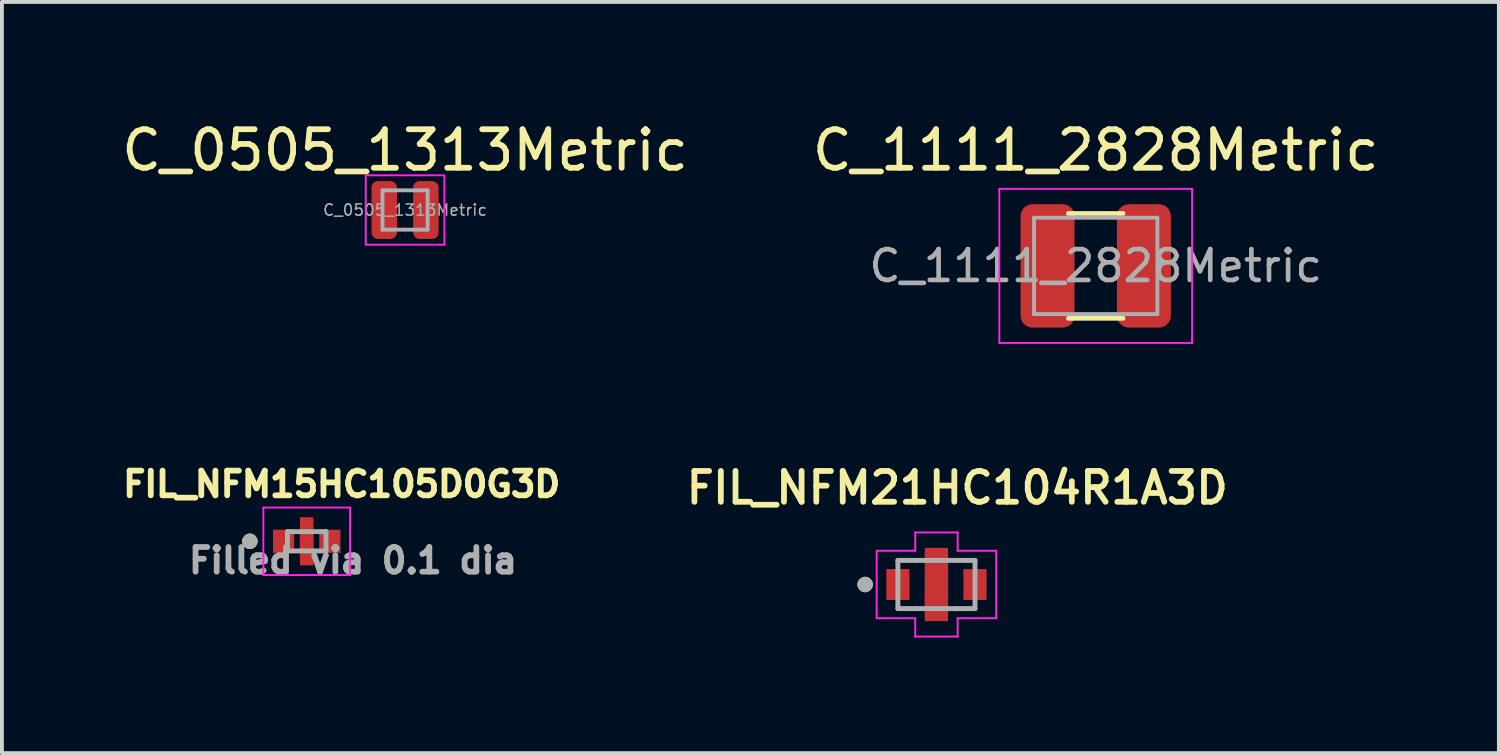
<source format=kicad_pcb>
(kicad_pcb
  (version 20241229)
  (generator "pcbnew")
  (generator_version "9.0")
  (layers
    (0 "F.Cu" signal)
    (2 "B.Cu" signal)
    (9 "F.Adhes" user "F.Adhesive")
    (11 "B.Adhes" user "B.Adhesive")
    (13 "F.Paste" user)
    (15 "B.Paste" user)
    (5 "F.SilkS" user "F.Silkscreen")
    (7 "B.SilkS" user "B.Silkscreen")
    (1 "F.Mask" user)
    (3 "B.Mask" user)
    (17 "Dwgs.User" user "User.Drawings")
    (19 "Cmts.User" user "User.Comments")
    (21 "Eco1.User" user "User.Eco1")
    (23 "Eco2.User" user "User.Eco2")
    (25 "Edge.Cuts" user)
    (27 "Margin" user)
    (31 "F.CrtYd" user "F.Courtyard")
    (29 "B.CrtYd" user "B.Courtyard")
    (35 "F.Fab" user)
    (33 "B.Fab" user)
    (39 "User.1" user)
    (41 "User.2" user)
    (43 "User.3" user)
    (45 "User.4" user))
  (footprint "C_0505_1313Metric"
    (layer "F.Cu")
    (at 7.458 2.398)
    (property "Reference" "C_0505_1313Metric" (at 0 -1.55 0) (layer "F.SilkS") (effects (font (size 1 1) (thickness 0.15))))
    (attr smd)
    (fp_line (start -1.02 0.9) (end -1.02 -0.9) (stroke (width 0.05) (type solid)) (layer "F.CrtYd"))
    (fp_line (start -1 -0.9) (end 1 -0.9) (stroke (width 0.05) (type solid)) (layer "F.CrtYd"))
    (fp_line (start 1.02 -0.9) (end 1.02 0.9) (stroke (width 0.05) (type solid)) (layer "F.CrtYd"))
    (fp_line (start 1.02 0.9) (end -1.02 0.9) (stroke (width 0.05) (type solid)) (layer "F.CrtYd"))
    (fp_line (start -0.585 -0.51) (end 0.585 -0.51) (stroke (width 0.1) (type solid)) (layer "F.Fab"))
    (fp_line (start -0.585 0.51) (end -0.585 -0.51) (stroke (width 0.1) (type solid)) (layer "F.Fab"))
    (fp_line (start 0.585 -0.51) (end 0.585 0.51) (stroke (width 0.1) (type solid)) (layer "F.Fab"))
    (fp_line (start 0.585 0.51) (end -0.585 0.51) (stroke (width 0.1) (type solid)) (layer "F.Fab"))
    (fp_text user "${REFERENCE}" (at 0 0 0) (layer "F.Fab") (effects (font (size 0.29 0.29) (thickness 0.04))))
    (pad "1" smd roundrect (at -0.54 0) (size 0.66 1.5) (layers "F.Cu" "F.Mask" "F.Paste") (roundrect_rratio 0.25))
    (pad "2" smd roundrect (at 0.54 0) (size 0.66 1.5) (layers "F.Cu" "F.Mask" "F.Paste") (roundrect_rratio 0.25)))
  (footprint "FIL_NFM15HC105D0G3D"
    (layer "F.Cu")
    (at 4.907 10.992)
    (property "Reference" "FIL_NFM15HC105D0G3D" (at 0.907 -1.481 0) (layer "F.SilkS") (effects (font (size 0.64 0.64) (thickness 0.15))))
    (attr through_hole)
    (fp_poly (pts (xy -0.875 -0.3) (xy -0.325 -0.3) (xy -0.325 0.3) (xy -0.875 0.3)) (stroke (width 0.01) (type solid)) (fill yes) (layer "F.Mask"))
    (fp_poly (pts (xy -0.175 -0.625) (xy 0.175 -0.625) (xy 0.175 -0.15) (xy -0.175 -0.15)) (stroke (width 0.01) (type solid)) (fill yes) (layer "F.Mask"))
    (fp_poly (pts (xy -0.175 0.15) (xy 0.175 0.15) (xy 0.175 0.625) (xy -0.175 0.625)) (stroke (width 0.01) (type solid)) (fill yes) (layer "F.Mask"))
    (fp_poly (pts (xy 0.325 -0.3) (xy 0.875 -0.3) (xy 0.875 0.3) (xy 0.325 0.3)) (stroke (width 0.01) (type solid)) (fill yes) (layer "F.Mask"))
    (fp_circle (center -1.475 0) (end -1.375 0) (stroke (width 0.2) (type solid)) (fill no) (layer "F.SilkS"))
    (fp_line (start -1.125 -0.875) (end -1.125 0.875) (stroke (width 0.05) (type solid)) (layer "F.CrtYd"))
    (fp_line (start -1.125 0.875) (end 1.125 0.875) (stroke (width 0.05) (type solid)) (layer "F.CrtYd"))
    (fp_line (start 1.125 -0.875) (end -1.125 -0.875) (stroke (width 0.05) (type solid)) (layer "F.CrtYd"))
    (fp_line (start 1.125 0.875) (end 1.125 -0.875) (stroke (width 0.05) (type solid)) (layer "F.CrtYd"))
    (fp_line (start -0.5 -0.25) (end -0.5 0.25) (stroke (width 0.127) (type solid)) (layer "F.Fab"))
    (fp_line (start -0.5 0.25) (end 0.5 0.25) (stroke (width 0.127) (type solid)) (layer "F.Fab"))
    (fp_line (start 0.5 -0.25) (end -0.5 -0.25) (stroke (width 0.127) (type solid)) (layer "F.Fab"))
    (fp_line (start 0.5 0.25) (end 0.5 -0.25) (stroke (width 0.127) (type solid)) (layer "F.Fab"))
    (fp_circle (center -1.475 0) (end -1.375 0) (stroke (width 0.2) (type solid)) (fill no) (layer "F.Fab"))
    (fp_text user "Filled via 0.1 dia" (at 1.2 0.5 0) (layer "F.Fab") (effects (font (size 0.64 0.64) (thickness 0.15))))
    (pad "1" smd rect (at -0.6 0) (size 0.55 0.6) (layers "F.Cu" "F.Paste"))
    (pad "2" smd custom (at 0 -0.388) (size 0.35 0.475) (layers "F.Cu" "F.Paste") (options (anchor rect)) (primitives (gr_poly (pts (xy -0.175 0) (xy 0.175 0) (xy 0.175 0.775) (xy -0.175 0.775)) (width 0.01) (fill yes))))
    (pad "2_1" smd rect (at 0 0.388) (size 0.35 0.475) (layers "F.Cu" "F.Paste"))
    (pad "3" smd rect (at 0.6 0) (size 0.55 0.6) (layers "F.Cu" "F.Paste")))
  (footprint "FIL_NFM21HC104R1A3D"
    (layer "F.Cu")
    (at 21.243 12.113)
    (property "Reference" "FIL_NFM21HC104R1A3D" (at 0.54 -2.508 0) (layer "F.SilkS") (effects (font (size 0.8 0.8) (thickness 0.15))))
    (attr smd)
    (fp_poly (pts (xy -1.3 -0.4) (xy -0.7 -0.4) (xy -0.7 0.4) (xy -1.3 0.4)) (stroke (width 0.01) (type solid)) (fill yes) (layer "F.Mask"))
    (fp_poly (pts (xy -0.3 -0.95) (xy 0.3 -0.95) (xy 0.3 -0.3) (xy -0.3 -0.3)) (stroke (width 0.01) (type solid)) (fill yes) (layer "F.Mask"))
    (fp_poly (pts (xy -0.3 0.3) (xy 0.3 0.3) (xy 0.3 0.95) (xy -0.3 0.95)) (stroke (width 0.01) (type solid)) (fill yes) (layer "F.Mask"))
    (fp_poly (pts (xy 0.7 -0.4) (xy 1.3 -0.4) (xy 1.3 0.4) (xy 0.7 0.4)) (stroke (width 0.01) (type solid)) (fill yes) (layer "F.Mask"))
    (fp_circle (center -1.85 0) (end -1.75 0) (stroke (width 0.2) (type solid)) (fill no) (layer "F.SilkS"))
    (fp_line (start -1.55 -0.875) (end -0.55 -0.875) (stroke (width 0.05) (type solid)) (layer "F.CrtYd"))
    (fp_line (start -1.55 0.875) (end -1.55 -0.875) (stroke (width 0.05) (type solid)) (layer "F.CrtYd"))
    (fp_line (start -0.55 -1.35) (end 0.55 -1.35) (stroke (width 0.05) (type solid)) (layer "F.CrtYd"))
    (fp_line (start -0.55 -0.875) (end -0.55 -1.35) (stroke (width 0.05) (type solid)) (layer "F.CrtYd"))
    (fp_line (start -0.55 0.875) (end -1.55 0.875) (stroke (width 0.05) (type solid)) (layer "F.CrtYd"))
    (fp_line (start -0.55 1.35) (end -0.55 0.875) (stroke (width 0.05) (type solid)) (layer "F.CrtYd"))
    (fp_line (start 0.55 -1.35) (end 0.55 -0.875) (stroke (width 0.05) (type solid)) (layer "F.CrtYd"))
    (fp_line (start 0.55 -0.875) (end 1.55 -0.875) (stroke (width 0.05) (type solid)) (layer "F.CrtYd"))
    (fp_line (start 0.55 0.875) (end 0.55 1.35) (stroke (width 0.05) (type solid)) (layer "F.CrtYd"))
    (fp_line (start 0.55 1.35) (end -0.55 1.35) (stroke (width 0.05) (type solid)) (layer "F.CrtYd"))
    (fp_line (start 1.55 -0.875) (end 1.55 0.875) (stroke (width 0.05) (type solid)) (layer "F.CrtYd"))
    (fp_line (start 1.55 0.875) (end 0.55 0.875) (stroke (width 0.05) (type solid)) (layer "F.CrtYd"))
    (fp_line (start -1 -0.625) (end -1 0.625) (stroke (width 0.127) (type solid)) (layer "F.Fab"))
    (fp_line (start -1 0.625) (end 1 0.625) (stroke (width 0.127) (type solid)) (layer "F.Fab"))
    (fp_line (start 1 -0.625) (end -1 -0.625) (stroke (width 0.127) (type solid)) (layer "F.Fab"))
    (fp_line (start 1 0.625) (end 1 -0.625) (stroke (width 0.127) (type solid)) (layer "F.Fab"))
    (fp_circle (center -1.85 0) (end -1.75 0) (stroke (width 0.2) (type solid)) (fill no) (layer "F.Fab"))
    (pad "1" smd rect (at -1 0) (size 0.6 0.8) (layers "F.Cu" "F.Paste"))
    (pad "2" smd custom (at 0 -0.625) (size 0.6 0.65) (layers "F.Cu" "F.Paste") (options (anchor rect)) (primitives (gr_poly (pts (xy -0.3 -0.225) (xy 0.3 -0.225) (xy 0.3 1.475) (xy -0.3 1.475)) (width 0.01) (fill yes))))
    (pad "2_1" smd rect (at 0 0.625) (size 0.6 0.65) (layers "F.Cu" "F.Paste"))
    (pad "3" smd rect (at 1 0) (size 0.6 0.8) (layers "F.Cu" "F.Paste")))
  (footprint "C_1111_2828Metric"
    (layer "F.Cu")
    (at 25.375 3.848)
    (property "Reference" "C_1111_2828Metric" (at 0 -3 0) (layer "F.SilkS") (effects (font (size 1 1) (thickness 0.15))))
    (attr smd)
    (fp_line (start -0.711 -1.36) (end 0.711 -1.36) (stroke (width 0.12) (type solid)) (layer "F.SilkS"))
    (fp_line (start -0.711 1.36) (end 0.711 1.36) (stroke (width 0.12) (type solid)) (layer "F.SilkS"))
    (fp_line (start -2.5 -2) (end 2.5 -2) (stroke (width 0.05) (type solid)) (layer "F.CrtYd"))
    (fp_line (start -2.5 2) (end -2.5 -2) (stroke (width 0.05) (type solid)) (layer "F.CrtYd"))
    (fp_line (start 2.5 -2) (end 2.5 2) (stroke (width 0.05) (type solid)) (layer "F.CrtYd"))
    (fp_line (start 2.5 2) (end -2.5 2) (stroke (width 0.05) (type solid)) (layer "F.CrtYd"))
    (fp_line (start -1.6 -1.25) (end 1.6 -1.25) (stroke (width 0.1) (type solid)) (layer "F.Fab"))
    (fp_line (start -1.6 1.25) (end -1.6 -1.25) (stroke (width 0.1) (type solid)) (layer "F.Fab"))
    (fp_line (start 1.6 -1.25) (end 1.6 1.25) (stroke (width 0.1) (type solid)) (layer "F.Fab"))
    (fp_line (start 1.6 1.25) (end -1.6 1.25) (stroke (width 0.1) (type solid)) (layer "F.Fab"))
    (fp_text user "${REFERENCE}" (at 0 0 0) (layer "F.Fab") (effects (font (size 0.8 0.8) (thickness 0.12))))
    (pad "1" smd roundrect (at -1.25 0) (size 1.4 3.2) (layers "F.Cu" "F.Mask" "F.Paste") (roundrect_rratio 0.217))
    (pad "2" smd roundrect (at 1.25 0) (size 1.4 3.2) (layers "F.Cu" "F.Mask" "F.Paste") (roundrect_rratio 0.217)))
  (gr_rect
    (start -3 -3)
    (end 35.833 16.488)
    (stroke (width 0.1) (type default))
    (fill no)
    (layer "Edge.Cuts")))
</source>
